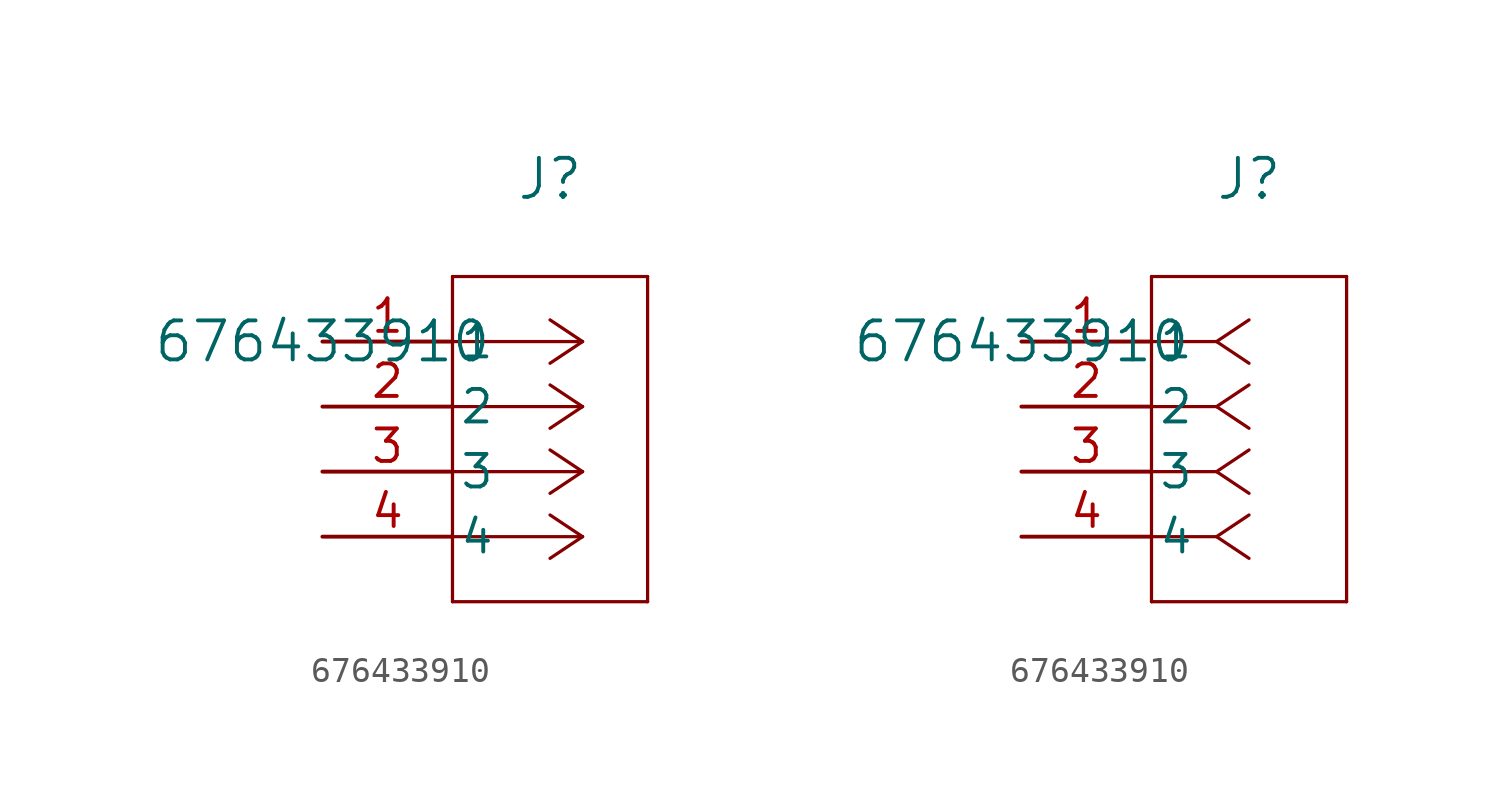
<source format=kicad_sym>
(kicad_symbol_lib
  (version 20211014)
  (generator kicad_symbol_editor)
  (symbol "676433910"
    (pin_names
      (offset 0.254))
    (property "Reference" "J"
      (at 8.89 6.35 0)
      (effects (font (size 1.524 1.524))))
    (property "Value" "676433910"
      (at 0 0 0)
      (effects (font (size 1.524 1.524))))
    (symbol "676433910_1_1"
      (polyline (pts (xy 10.16 0) (xy 5.08 0)) (stroke (width 0.127) (type default) (color 0 0 0 0)) (fill (type none)))
      (polyline (pts (xy 10.16 -2.54) (xy 5.08 -2.54)) (stroke (width 0.127) (type default) (color 0 0 0 0)) (fill (type none)))
      (polyline (pts (xy 10.16 -5.08) (xy 5.08 -5.08)) (stroke (width 0.127) (type default) (color 0 0 0 0)) (fill (type none)))
      (polyline (pts (xy 10.16 -7.62) (xy 5.08 -7.62)) (stroke (width 0.127) (type default) (color 0 0 0 0)) (fill (type none)))
      (polyline (pts (xy 10.16 0) (xy 8.89 0.847)) (stroke (width 0.127) (type default) (color 0 0 0 0)) (fill (type none)))
      (polyline (pts (xy 10.16 -2.54) (xy 8.89 -1.693)) (stroke (width 0.127) (type default) (color 0 0 0 0)) (fill (type none)))
      (polyline (pts (xy 10.16 -5.08) (xy 8.89 -4.233)) (stroke (width 0.127) (type default) (color 0 0 0 0)) (fill (type none)))
      (polyline (pts (xy 10.16 -7.62) (xy 8.89 -6.773)) (stroke (width 0.127) (type default) (color 0 0 0 0)) (fill (type none)))
      (polyline (pts (xy 10.16 0) (xy 8.89 -0.847)) (stroke (width 0.127) (type default) (color 0 0 0 0)) (fill (type none)))
      (polyline (pts (xy 10.16 -2.54) (xy 8.89 -3.387)) (stroke (width 0.127) (type default) (color 0 0 0 0)) (fill (type none)))
      (polyline (pts (xy 10.16 -5.08) (xy 8.89 -5.927)) (stroke (width 0.127) (type default) (color 0 0 0 0)) (fill (type none)))
      (polyline (pts (xy 10.16 -7.62) (xy 8.89 -8.467)) (stroke (width 0.127) (type default) (color 0 0 0 0)) (fill (type none)))
      (polyline (pts (xy 5.08 2.54) (xy 5.08 -10.16)) (stroke (width 0.127) (type default) (color 0 0 0 0)) (fill (type none)))
      (polyline (pts (xy 5.08 -10.16) (xy 12.7 -10.16)) (stroke (width 0.127) (type default) (color 0 0 0 0)) (fill (type none)))
      (polyline (pts (xy 12.7 -10.16) (xy 12.7 2.54)) (stroke (width 0.127) (type default) (color 0 0 0 0)) (fill (type none)))
      (polyline (pts (xy 12.7 2.54) (xy 5.08 2.54)) (stroke (width 0.127) (type default) (color 0 0 0 0)) (fill (type none)))
      (pin unspecified line (at 0 0 0) (length 5.08) (name "1" (effects (font (size 1.27 1.27)))) (number "1" (effects (font (size 1.27 1.27)))))
      (pin unspecified line (at 0 -2.54 0) (length 5.08) (name "2" (effects (font (size 1.27 1.27)))) (number "2" (effects (font (size 1.27 1.27)))))
      (pin unspecified line (at 0 -5.08 0) (length 5.08) (name "3" (effects (font (size 1.27 1.27)))) (number "3" (effects (font (size 1.27 1.27)))))
      (pin unspecified line (at 0 -7.62 0) (length 5.08) (name "4" (effects (font (size 1.27 1.27)))) (number "4" (effects (font (size 1.27 1.27))))))
    (symbol "676433910_1_2"
      (polyline (pts (xy 7.62 0) (xy 5.08 0)) (stroke (width 0.127) (type default) (color 0 0 0 0)) (fill (type none)))
      (polyline (pts (xy 7.62 -2.54) (xy 5.08 -2.54)) (stroke (width 0.127) (type default) (color 0 0 0 0)) (fill (type none)))
      (polyline (pts (xy 7.62 -5.08) (xy 5.08 -5.08)) (stroke (width 0.127) (type default) (color 0 0 0 0)) (fill (type none)))
      (polyline (pts (xy 7.62 -7.62) (xy 5.08 -7.62)) (stroke (width 0.127) (type default) (color 0 0 0 0)) (fill (type none)))
      (polyline (pts (xy 7.62 0) (xy 8.89 0.847)) (stroke (width 0.127) (type default) (color 0 0 0 0)) (fill (type none)))
      (polyline (pts (xy 7.62 -2.54) (xy 8.89 -1.693)) (stroke (width 0.127) (type default) (color 0 0 0 0)) (fill (type none)))
      (polyline (pts (xy 7.62 -5.08) (xy 8.89 -4.233)) (stroke (width 0.127) (type default) (color 0 0 0 0)) (fill (type none)))
      (polyline (pts (xy 7.62 -7.62) (xy 8.89 -6.773)) (stroke (width 0.127) (type default) (color 0 0 0 0)) (fill (type none)))
      (polyline (pts (xy 7.62 0) (xy 8.89 -0.847)) (stroke (width 0.127) (type default) (color 0 0 0 0)) (fill (type none)))
      (polyline (pts (xy 7.62 -2.54) (xy 8.89 -3.387)) (stroke (width 0.127) (type default) (color 0 0 0 0)) (fill (type none)))
      (polyline (pts (xy 7.62 -5.08) (xy 8.89 -5.927)) (stroke (width 0.127) (type default) (color 0 0 0 0)) (fill (type none)))
      (polyline (pts (xy 7.62 -7.62) (xy 8.89 -8.467)) (stroke (width 0.127) (type default) (color 0 0 0 0)) (fill (type none)))
      (polyline (pts (xy 5.08 2.54) (xy 5.08 -10.16)) (stroke (width 0.127) (type default) (color 0 0 0 0)) (fill (type none)))
      (polyline (pts (xy 5.08 -10.16) (xy 12.7 -10.16)) (stroke (width 0.127) (type default) (color 0 0 0 0)) (fill (type none)))
      (polyline (pts (xy 12.7 -10.16) (xy 12.7 2.54)) (stroke (width 0.127) (type default) (color 0 0 0 0)) (fill (type none)))
      (polyline (pts (xy 12.7 2.54) (xy 5.08 2.54)) (stroke (width 0.127) (type default) (color 0 0 0 0)) (fill (type none)))
      (pin unspecified line (at 0 0 0) (length 5.08) (name "1" (effects (font (size 1.27 1.27)))) (number "1" (effects (font (size 1.27 1.27)))))
      (pin unspecified line (at 0 -2.54 0) (length 5.08) (name "2" (effects (font (size 1.27 1.27)))) (number "2" (effects (font (size 1.27 1.27)))))
      (pin unspecified line (at 0 -5.08 0) (length 5.08) (name "3" (effects (font (size 1.27 1.27)))) (number "3" (effects (font (size 1.27 1.27)))))
      (pin unspecified line (at 0 -7.62 0) (length 5.08) (name "4" (effects (font (size 1.27 1.27)))) (number "4" (effects (font (size 1.27 1.27))))))))
</source>
